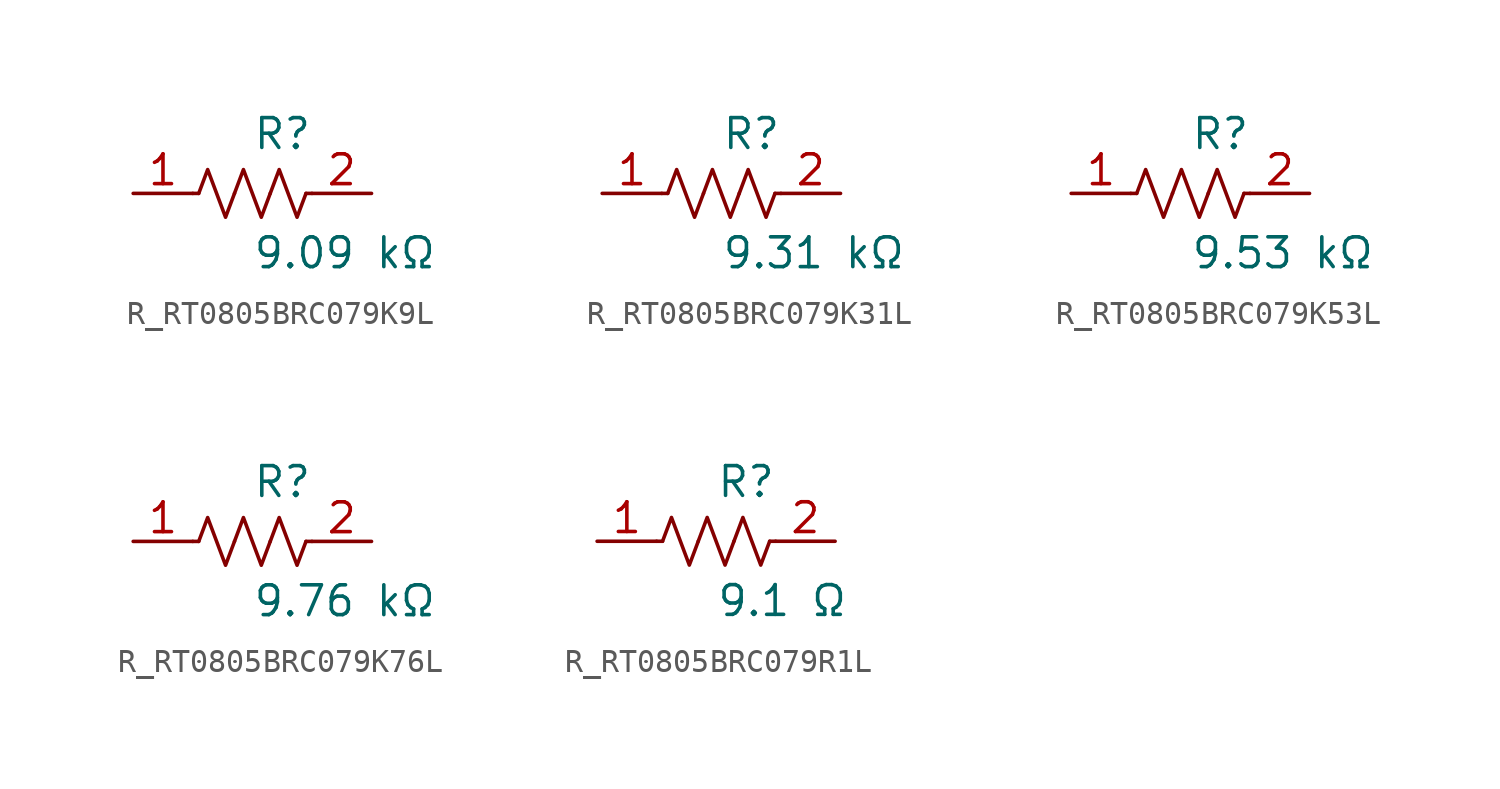
<source format=kicad_sym>
(kicad_symbol_lib
  (version 20231120)
  (generator kicad_symbol_editor)
  (generator_version 8.0)
  (symbol "R_RT0805BRC079K9L"
    (pin_names
      (offset 0.254))
    (property "Reference" "R"
      (at 0.0 2.54 0)
      (effects (font (size 1.27 1.27)) (justify left)))
    (property "Value" "9.09 kΩ"
      (at 0.0 -2.54 0)
      (effects (font (size 1.27 1.27)) (justify left)))
    (symbol "R_RT0805BRC079K9L_0_1"
      (polyline (pts (xy 2.286 0) (xy 2.54 0)) (stroke (width 0) (type default)) (fill (type none)))
      (polyline (pts (xy -2.286 0) (xy -2.54 0)) (stroke (width 0) (type default)) (fill (type none)))
      (polyline (pts (xy 0.762 0) (xy 1.143 1.016) (xy 1.524 0) (xy 1.905 -1.016) (xy 2.286 0)) (stroke (width 0) (type default)) (fill (type none)))
      (polyline (pts (xy -0.762 0) (xy -0.381 1.016) (xy 0 0) (xy 0.381 -1.016) (xy 0.762 0)) (stroke (width 0) (type default)) (fill (type none)))
      (polyline (pts (xy -2.286 0) (xy -1.905 1.016) (xy -1.524 0) (xy -1.143 -1.016) (xy -0.762 0)) (stroke (width 0) (type default)) (fill (type none))))
    (pin unspecified line
      (at -5.08 0 0)
      (length 2.54)
      (name "" (effects (font (size 1.27 1.27))))
      (number "1" (effects (font (size 1.27 1.27)))))
    (pin unspecified line
      (at 5.08 0 180)
      (length 2.54)
      (name "" (effects (font (size 1.27 1.27))))
      (number "2" (effects (font (size 1.27 1.27))))))
  (symbol "R_RT0805BRC079K31L"
    (pin_names
      (offset 0.254))
    (property "Reference" "R"
      (at 0.0 2.54 0)
      (effects (font (size 1.27 1.27)) (justify left)))
    (property "Value" "9.31 kΩ"
      (at 0.0 -2.54 0)
      (effects (font (size 1.27 1.27)) (justify left)))
    (symbol "R_RT0805BRC079K31L_0_1"
      (polyline (pts (xy 2.286 0) (xy 2.54 0)) (stroke (width 0) (type default)) (fill (type none)))
      (polyline (pts (xy -2.286 0) (xy -2.54 0)) (stroke (width 0) (type default)) (fill (type none)))
      (polyline (pts (xy 0.762 0) (xy 1.143 1.016) (xy 1.524 0) (xy 1.905 -1.016) (xy 2.286 0)) (stroke (width 0) (type default)) (fill (type none)))
      (polyline (pts (xy -0.762 0) (xy -0.381 1.016) (xy 0 0) (xy 0.381 -1.016) (xy 0.762 0)) (stroke (width 0) (type default)) (fill (type none)))
      (polyline (pts (xy -2.286 0) (xy -1.905 1.016) (xy -1.524 0) (xy -1.143 -1.016) (xy -0.762 0)) (stroke (width 0) (type default)) (fill (type none))))
    (pin unspecified line
      (at -5.08 0 0)
      (length 2.54)
      (name "" (effects (font (size 1.27 1.27))))
      (number "1" (effects (font (size 1.27 1.27)))))
    (pin unspecified line
      (at 5.08 0 180)
      (length 2.54)
      (name "" (effects (font (size 1.27 1.27))))
      (number "2" (effects (font (size 1.27 1.27))))))
  (symbol "R_RT0805BRC079K53L"
    (pin_names
      (offset 0.254))
    (property "Reference" "R"
      (at 0.0 2.54 0)
      (effects (font (size 1.27 1.27)) (justify left)))
    (property "Value" "9.53 kΩ"
      (at 0.0 -2.54 0)
      (effects (font (size 1.27 1.27)) (justify left)))
    (symbol "R_RT0805BRC079K53L_0_1"
      (polyline (pts (xy 2.286 0) (xy 2.54 0)) (stroke (width 0) (type default)) (fill (type none)))
      (polyline (pts (xy -2.286 0) (xy -2.54 0)) (stroke (width 0) (type default)) (fill (type none)))
      (polyline (pts (xy 0.762 0) (xy 1.143 1.016) (xy 1.524 0) (xy 1.905 -1.016) (xy 2.286 0)) (stroke (width 0) (type default)) (fill (type none)))
      (polyline (pts (xy -0.762 0) (xy -0.381 1.016) (xy 0 0) (xy 0.381 -1.016) (xy 0.762 0)) (stroke (width 0) (type default)) (fill (type none)))
      (polyline (pts (xy -2.286 0) (xy -1.905 1.016) (xy -1.524 0) (xy -1.143 -1.016) (xy -0.762 0)) (stroke (width 0) (type default)) (fill (type none))))
    (pin unspecified line
      (at -5.08 0 0)
      (length 2.54)
      (name "" (effects (font (size 1.27 1.27))))
      (number "1" (effects (font (size 1.27 1.27)))))
    (pin unspecified line
      (at 5.08 0 180)
      (length 2.54)
      (name "" (effects (font (size 1.27 1.27))))
      (number "2" (effects (font (size 1.27 1.27))))))
  (symbol "R_RT0805BRC079K76L"
    (pin_names
      (offset 0.254))
    (property "Reference" "R"
      (at 0.0 2.54 0)
      (effects (font (size 1.27 1.27)) (justify left)))
    (property "Value" "9.76 kΩ"
      (at 0.0 -2.54 0)
      (effects (font (size 1.27 1.27)) (justify left)))
    (symbol "R_RT0805BRC079K76L_0_1"
      (polyline (pts (xy 2.286 0) (xy 2.54 0)) (stroke (width 0) (type default)) (fill (type none)))
      (polyline (pts (xy -2.286 0) (xy -2.54 0)) (stroke (width 0) (type default)) (fill (type none)))
      (polyline (pts (xy 0.762 0) (xy 1.143 1.016) (xy 1.524 0) (xy 1.905 -1.016) (xy 2.286 0)) (stroke (width 0) (type default)) (fill (type none)))
      (polyline (pts (xy -0.762 0) (xy -0.381 1.016) (xy 0 0) (xy 0.381 -1.016) (xy 0.762 0)) (stroke (width 0) (type default)) (fill (type none)))
      (polyline (pts (xy -2.286 0) (xy -1.905 1.016) (xy -1.524 0) (xy -1.143 -1.016) (xy -0.762 0)) (stroke (width 0) (type default)) (fill (type none))))
    (pin unspecified line
      (at -5.08 0 0)
      (length 2.54)
      (name "" (effects (font (size 1.27 1.27))))
      (number "1" (effects (font (size 1.27 1.27)))))
    (pin unspecified line
      (at 5.08 0 180)
      (length 2.54)
      (name "" (effects (font (size 1.27 1.27))))
      (number "2" (effects (font (size 1.27 1.27))))))
  (symbol "R_RT0805BRC079R1L"
    (pin_names
      (offset 0.254))
    (property "Reference" "R"
      (at 0.0 2.54 0)
      (effects (font (size 1.27 1.27)) (justify left)))
    (property "Value" "9.1 Ω"
      (at 0.0 -2.54 0)
      (effects (font (size 1.27 1.27)) (justify left)))
    (symbol "R_RT0805BRC079R1L_0_1"
      (polyline (pts (xy 2.286 0) (xy 2.54 0)) (stroke (width 0) (type default)) (fill (type none)))
      (polyline (pts (xy -2.286 0) (xy -2.54 0)) (stroke (width 0) (type default)) (fill (type none)))
      (polyline (pts (xy 0.762 0) (xy 1.143 1.016) (xy 1.524 0) (xy 1.905 -1.016) (xy 2.286 0)) (stroke (width 0) (type default)) (fill (type none)))
      (polyline (pts (xy -0.762 0) (xy -0.381 1.016) (xy 0 0) (xy 0.381 -1.016) (xy 0.762 0)) (stroke (width 0) (type default)) (fill (type none)))
      (polyline (pts (xy -2.286 0) (xy -1.905 1.016) (xy -1.524 0) (xy -1.143 -1.016) (xy -0.762 0)) (stroke (width 0) (type default)) (fill (type none))))
    (pin unspecified line
      (at -5.08 0 0)
      (length 2.54)
      (name "" (effects (font (size 1.27 1.27))))
      (number "1" (effects (font (size 1.27 1.27)))))
    (pin unspecified line
      (at 5.08 0 180)
      (length 2.54)
      (name "" (effects (font (size 1.27 1.27))))
      (number "2" (effects (font (size 1.27 1.27)))))))
</source>
